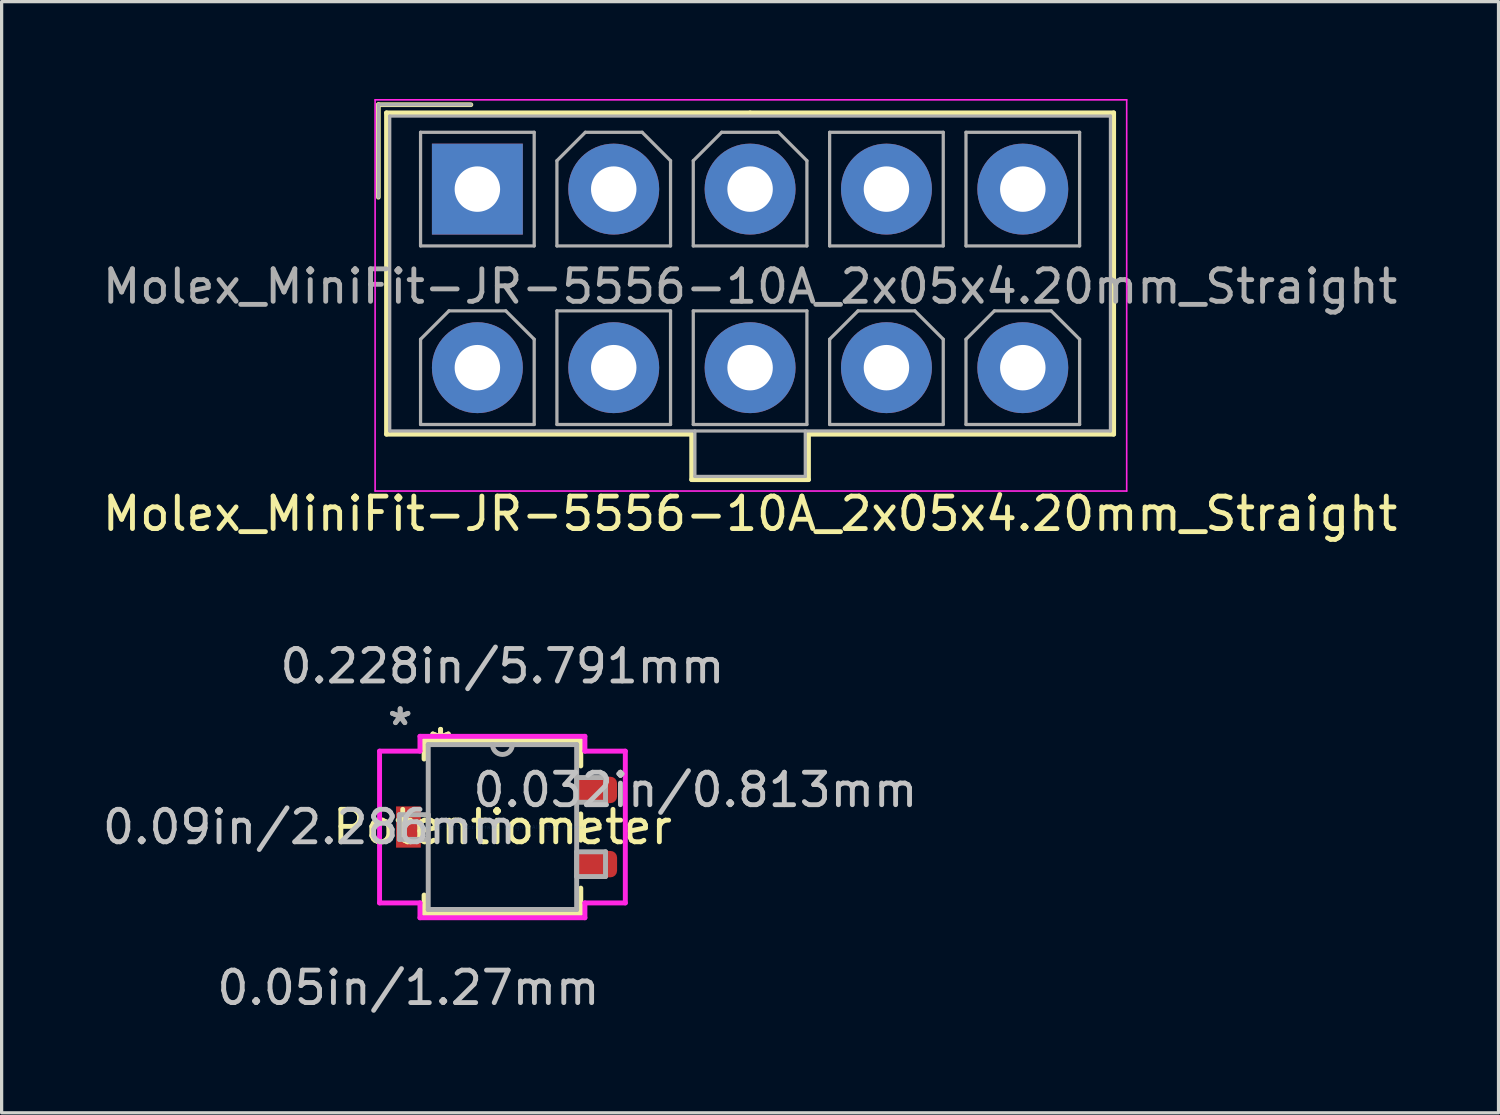
<source format=kicad_pcb>
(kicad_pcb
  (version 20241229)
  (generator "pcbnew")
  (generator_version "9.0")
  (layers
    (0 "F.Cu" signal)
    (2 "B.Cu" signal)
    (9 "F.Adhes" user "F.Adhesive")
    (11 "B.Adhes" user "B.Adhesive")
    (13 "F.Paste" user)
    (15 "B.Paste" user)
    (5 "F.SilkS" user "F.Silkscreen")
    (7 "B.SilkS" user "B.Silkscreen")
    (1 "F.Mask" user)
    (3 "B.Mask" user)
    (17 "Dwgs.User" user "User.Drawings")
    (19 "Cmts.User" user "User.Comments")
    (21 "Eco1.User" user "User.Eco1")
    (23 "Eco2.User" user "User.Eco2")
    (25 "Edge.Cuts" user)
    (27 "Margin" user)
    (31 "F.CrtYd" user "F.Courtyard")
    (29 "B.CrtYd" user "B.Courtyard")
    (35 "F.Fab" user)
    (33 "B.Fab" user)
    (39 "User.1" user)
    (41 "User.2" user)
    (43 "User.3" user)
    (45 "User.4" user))
  (footprint "Potentiometer"
    (layer "F.Cu")
    (at 12.426 22.424)
    (property "Reference" "Potentiometer" (at 0 0 0) (layer "F.SilkS") (effects (font (size 1 1) (thickness 0.15))))
    (attr through_hole)
    (fp_line (start -2.413 -2.667) (end -2.413 -2.095) (stroke (width 0.152) (type solid)) (layer "F.SilkS"))
    (fp_line (start -2.413 2.095) (end -2.413 2.667) (stroke (width 0.152) (type solid)) (layer "F.SilkS"))
    (fp_line (start -2.413 2.667) (end 2.413 2.667) (stroke (width 0.152) (type solid)) (layer "F.SilkS"))
    (fp_line (start 2.413 -2.667) (end -2.413 -2.667) (stroke (width 0.152) (type solid)) (layer "F.SilkS"))
    (fp_line (start 2.413 -1.882) (end 2.413 -2.667) (stroke (width 0.152) (type solid)) (layer "F.SilkS"))
    (fp_line (start 2.413 0.404) (end 2.413 -0.404) (stroke (width 0.152) (type solid)) (layer "F.SilkS"))
    (fp_line (start 2.413 2.667) (end 2.413 1.882) (stroke (width 0.152) (type solid)) (layer "F.SilkS"))
    (fp_line (start -3.785 -2.337) (end -2.54 -2.337) (stroke (width 0.152) (type solid)) (layer "F.CrtYd"))
    (fp_line (start -3.785 2.337) (end -3.785 -2.337) (stroke (width 0.152) (type solid)) (layer "F.CrtYd"))
    (fp_line (start -2.54 -2.794) (end 2.54 -2.794) (stroke (width 0.152) (type solid)) (layer "F.CrtYd"))
    (fp_line (start -2.54 -2.337) (end -2.54 -2.794) (stroke (width 0.152) (type solid)) (layer "F.CrtYd"))
    (fp_line (start -2.54 2.337) (end -3.785 2.337) (stroke (width 0.152) (type solid)) (layer "F.CrtYd"))
    (fp_line (start -2.54 2.794) (end -2.54 2.337) (stroke (width 0.152) (type solid)) (layer "F.CrtYd"))
    (fp_line (start 2.54 -2.794) (end 2.54 -2.337) (stroke (width 0.152) (type solid)) (layer "F.CrtYd"))
    (fp_line (start 2.54 -2.337) (end 3.785 -2.337) (stroke (width 0.152) (type solid)) (layer "F.CrtYd"))
    (fp_line (start 2.54 2.337) (end 2.54 2.794) (stroke (width 0.152) (type solid)) (layer "F.CrtYd"))
    (fp_line (start 2.54 2.794) (end -2.54 2.794) (stroke (width 0.152) (type solid)) (layer "F.CrtYd"))
    (fp_line (start 3.785 -2.337) (end 3.785 2.337) (stroke (width 0.152) (type solid)) (layer "F.CrtYd"))
    (fp_line (start 3.785 2.337) (end 2.54 2.337) (stroke (width 0.152) (type solid)) (layer "F.CrtYd"))
    (fp_line (start -3.175 -0.381) (end -3.175 0.381) (stroke (width 0.152) (type solid)) (layer "F.Fab"))
    (fp_line (start -3.175 0.381) (end -2.286 0.381) (stroke (width 0.152) (type solid)) (layer "F.Fab"))
    (fp_line (start -2.286 -2.54) (end -2.286 2.54) (stroke (width 0.152) (type solid)) (layer "F.Fab"))
    (fp_line (start -2.286 -0.381) (end -3.175 -0.381) (stroke (width 0.152) (type solid)) (layer "F.Fab"))
    (fp_line (start -2.286 0.381) (end -2.286 -0.381) (stroke (width 0.152) (type solid)) (layer "F.Fab"))
    (fp_line (start -2.286 2.54) (end 2.286 2.54) (stroke (width 0.152) (type solid)) (layer "F.Fab"))
    (fp_line (start 2.286 -2.54) (end -2.286 -2.54) (stroke (width 0.152) (type solid)) (layer "F.Fab"))
    (fp_line (start 2.286 -1.524) (end 2.286 -0.762) (stroke (width 0.152) (type solid)) (layer "F.Fab"))
    (fp_line (start 2.286 -0.762) (end 3.175 -0.762) (stroke (width 0.152) (type solid)) (layer "F.Fab"))
    (fp_line (start 2.286 0.762) (end 2.286 1.524) (stroke (width 0.152) (type solid)) (layer "F.Fab"))
    (fp_line (start 2.286 1.524) (end 3.175 1.524) (stroke (width 0.152) (type solid)) (layer "F.Fab"))
    (fp_line (start 2.286 2.54) (end 2.286 -2.54) (stroke (width 0.152) (type solid)) (layer "F.Fab"))
    (fp_line (start 3.175 -1.524) (end 2.286 -1.524) (stroke (width 0.152) (type solid)) (layer "F.Fab"))
    (fp_line (start 3.175 -0.762) (end 3.175 -1.524) (stroke (width 0.152) (type solid)) (layer "F.Fab"))
    (fp_line (start 3.175 0.762) (end 2.286 0.762) (stroke (width 0.152) (type solid)) (layer "F.Fab"))
    (fp_line (start 3.175 1.524) (end 3.175 0.762) (stroke (width 0.152) (type solid)) (layer "F.Fab"))
    (fp_arc (start 0.3048 -2.54) (mid 0 -2.2352) (end -0.3048 -2.54) (stroke (width 0.1524) (type solid)) (layer "F.Fab"))
    (fp_text user "*" (at -1.905 -2.464 0) (layer "F.SilkS") (effects (font (size 1 1) (thickness 0.15))))
    (fp_text user "*" (at -1.905 -2.464 0) (layer "F.SilkS") (effects (font (size 1 1) (thickness 0.15))))
    (fp_text user "0.09in/2.286mm" (at -5.944 0 0) (layer "Dwgs.User") (effects (font (size 1 1) (thickness 0.15))))
    (fp_text user "0.05in/1.27mm" (at -2.896 4.953 0) (layer "Dwgs.User") (effects (font (size 1 1) (thickness 0.15))))
    (fp_text user "0.032in/0.813mm" (at 5.944 -1.143 0) (layer "Dwgs.User") (effects (font (size 1 1) (thickness 0.15))))
    (fp_text user "0.228in/5.791mm" (at 0 -4.953 0) (layer "Dwgs.User") (effects (font (size 1 1) (thickness 0.15))))
    (fp_text user "Copyright 2016 Accelerated Designs. All rights reserved." (at 0 0 0) (layer "Cmts.User") (effects (font (size 0.127 0.127) (thickness 0.002))))
    (fp_text user "*" (at -3.15 -3.099 0) (layer "F.Fab") (effects (font (size 1 1) (thickness 0.15))))
    (fp_text user "*" (at -3.15 -3.099 0) (layer "F.Fab") (effects (font (size 1 1) (thickness 0.15))))
    (pad "1" smd roundrect (at 2.896 -1.143) (size 1.27 0.813) (layers "F.Cu" "F.Mask" "F.Paste") (roundrect_rratio 0.25))
    (pad "2" smd rect (at -2.896 0) (size 0.762 1.27) (layers "F.Cu" "F.Mask" "F.Paste"))
    (pad "3" smd roundrect (at 2.896 1.143) (size 1.27 0.813) (layers "F.Cu" "F.Mask" "F.Paste") (roundrect_rratio 0.25)))
  (footprint "Molex_MiniFit-JR-5556-10A_2x05x4.20mm_Straight"
    (layer "F.Cu")
    (at 11.654 2.775)
    (property "Reference" "Molex_MiniFit-JR-5556-10A_2x05x4.20mm_Straight" (at 8.4 10 0) (layer "F.SilkS") (effects (font (size 1 1) (thickness 0.15))))
    (attr through_hole)
    (fp_line (start -3.05 -2.6) (end -3.05 0.25) (stroke (width 0.145) (type solid)) (layer "F.SilkS"))
    (fp_line (start -2.8 -2.35) (end -2.8 7.55) (stroke (width 0.145) (type solid)) (layer "F.SilkS"))
    (fp_line (start -2.8 7.55) (end 6.6 7.55) (stroke (width 0.145) (type solid)) (layer "F.SilkS"))
    (fp_line (start -0.2 -2.6) (end -3.05 -2.6) (stroke (width 0.145) (type solid)) (layer "F.SilkS"))
    (fp_line (start 6.6 7.55) (end 6.6 8.95) (stroke (width 0.145) (type solid)) (layer "F.SilkS"))
    (fp_line (start 6.6 8.95) (end 8.4 8.95) (stroke (width 0.145) (type solid)) (layer "F.SilkS"))
    (fp_line (start 8.4 -2.35) (end -2.8 -2.35) (stroke (width 0.145) (type solid)) (layer "F.SilkS"))
    (fp_line (start 8.4 -2.35) (end 19.6 -2.35) (stroke (width 0.145) (type solid)) (layer "F.SilkS"))
    (fp_line (start 10.2 7.55) (end 10.2 8.95) (stroke (width 0.145) (type solid)) (layer "F.SilkS"))
    (fp_line (start 10.2 8.95) (end 8.4 8.95) (stroke (width 0.145) (type solid)) (layer "F.SilkS"))
    (fp_line (start 19.6 -2.35) (end 19.6 7.55) (stroke (width 0.145) (type solid)) (layer "F.SilkS"))
    (fp_line (start 19.6 7.55) (end 10.2 7.55) (stroke (width 0.145) (type solid)) (layer "F.SilkS"))
    (fp_line (start -3.15 -2.75) (end -3.15 9.3) (stroke (width 0.05) (type solid)) (layer "F.CrtYd"))
    (fp_line (start -3.15 9.3) (end 20 9.3) (stroke (width 0.05) (type solid)) (layer "F.CrtYd"))
    (fp_line (start 20 -2.75) (end -3.15 -2.75) (stroke (width 0.05) (type solid)) (layer "F.CrtYd"))
    (fp_line (start 20 9.3) (end 20 -2.75) (stroke (width 0.05) (type solid)) (layer "F.CrtYd"))
    (fp_line (start -3.05 -2.6) (end -3.05 0.25) (stroke (width 0.1) (type solid)) (layer "F.Fab"))
    (fp_line (start -2.7 -2.25) (end -2.7 7.45) (stroke (width 0.1) (type solid)) (layer "F.Fab"))
    (fp_line (start -2.7 7.45) (end 19.5 7.45) (stroke (width 0.1) (type solid)) (layer "F.Fab"))
    (fp_line (start -1.75 -1.75) (end -1.75 1.75) (stroke (width 0.1) (type solid)) (layer "F.Fab"))
    (fp_line (start -1.75 1.75) (end 1.75 1.75) (stroke (width 0.1) (type solid)) (layer "F.Fab"))
    (fp_line (start -1.75 4.625) (end -0.875 3.75) (stroke (width 0.1) (type solid)) (layer "F.Fab"))
    (fp_line (start -1.75 7.25) (end -1.75 4.625) (stroke (width 0.1) (type solid)) (layer "F.Fab"))
    (fp_line (start -0.875 3.75) (end 0.875 3.75) (stroke (width 0.1) (type solid)) (layer "F.Fab"))
    (fp_line (start -0.2 -2.6) (end -3.05 -2.6) (stroke (width 0.1) (type solid)) (layer "F.Fab"))
    (fp_line (start 0.875 3.75) (end 1.75 4.625) (stroke (width 0.1) (type solid)) (layer "F.Fab"))
    (fp_line (start 1.75 -1.75) (end -1.75 -1.75) (stroke (width 0.1) (type solid)) (layer "F.Fab"))
    (fp_line (start 1.75 1.75) (end 1.75 -1.75) (stroke (width 0.1) (type solid)) (layer "F.Fab"))
    (fp_line (start 1.75 4.625) (end 1.75 7.25) (stroke (width 0.1) (type solid)) (layer "F.Fab"))
    (fp_line (start 1.75 7.25) (end -1.75 7.25) (stroke (width 0.1) (type solid)) (layer "F.Fab"))
    (fp_line (start 2.45 -0.875) (end 3.325 -1.75) (stroke (width 0.1) (type solid)) (layer "F.Fab"))
    (fp_line (start 2.45 1.75) (end 2.45 -0.875) (stroke (width 0.1) (type solid)) (layer "F.Fab"))
    (fp_line (start 2.45 3.75) (end 2.45 7.25) (stroke (width 0.1) (type solid)) (layer "F.Fab"))
    (fp_line (start 2.45 7.25) (end 5.95 7.25) (stroke (width 0.1) (type solid)) (layer "F.Fab"))
    (fp_line (start 3.325 -1.75) (end 5.075 -1.75) (stroke (width 0.1) (type solid)) (layer "F.Fab"))
    (fp_line (start 5.075 -1.75) (end 5.95 -0.875) (stroke (width 0.1) (type solid)) (layer "F.Fab"))
    (fp_line (start 5.95 -0.875) (end 5.95 1.75) (stroke (width 0.1) (type solid)) (layer "F.Fab"))
    (fp_line (start 5.95 1.75) (end 2.45 1.75) (stroke (width 0.1) (type solid)) (layer "F.Fab"))
    (fp_line (start 5.95 3.75) (end 2.45 3.75) (stroke (width 0.1) (type solid)) (layer "F.Fab"))
    (fp_line (start 5.95 7.25) (end 5.95 3.75) (stroke (width 0.1) (type solid)) (layer "F.Fab"))
    (fp_line (start 6.65 -0.875) (end 7.525 -1.75) (stroke (width 0.1) (type solid)) (layer "F.Fab"))
    (fp_line (start 6.65 1.75) (end 6.65 -0.875) (stroke (width 0.1) (type solid)) (layer "F.Fab"))
    (fp_line (start 6.65 3.75) (end 6.65 7.25) (stroke (width 0.1) (type solid)) (layer "F.Fab"))
    (fp_line (start 6.65 7.25) (end 10.15 7.25) (stroke (width 0.1) (type solid)) (layer "F.Fab"))
    (fp_line (start 6.7 7.45) (end 6.7 8.85) (stroke (width 0.1) (type solid)) (layer "F.Fab"))
    (fp_line (start 6.7 8.85) (end 10.1 8.85) (stroke (width 0.1) (type solid)) (layer "F.Fab"))
    (fp_line (start 7.525 -1.75) (end 9.275 -1.75) (stroke (width 0.1) (type solid)) (layer "F.Fab"))
    (fp_line (start 9.275 -1.75) (end 10.15 -0.875) (stroke (width 0.1) (type solid)) (layer "F.Fab"))
    (fp_line (start 10.1 8.85) (end 10.1 7.45) (stroke (width 0.1) (type solid)) (layer "F.Fab"))
    (fp_line (start 10.15 -0.875) (end 10.15 1.75) (stroke (width 0.1) (type solid)) (layer "F.Fab"))
    (fp_line (start 10.15 1.75) (end 6.65 1.75) (stroke (width 0.1) (type solid)) (layer "F.Fab"))
    (fp_line (start 10.15 3.75) (end 6.65 3.75) (stroke (width 0.1) (type solid)) (layer "F.Fab"))
    (fp_line (start 10.15 7.25) (end 10.15 3.75) (stroke (width 0.1) (type solid)) (layer "F.Fab"))
    (fp_line (start 10.85 -1.75) (end 10.85 1.75) (stroke (width 0.1) (type solid)) (layer "F.Fab"))
    (fp_line (start 10.85 1.75) (end 14.35 1.75) (stroke (width 0.1) (type solid)) (layer "F.Fab"))
    (fp_line (start 10.85 4.625) (end 11.725 3.75) (stroke (width 0.1) (type solid)) (layer "F.Fab"))
    (fp_line (start 10.85 7.25) (end 10.85 4.625) (stroke (width 0.1) (type solid)) (layer "F.Fab"))
    (fp_line (start 11.725 3.75) (end 13.475 3.75) (stroke (width 0.1) (type solid)) (layer "F.Fab"))
    (fp_line (start 13.475 3.75) (end 14.35 4.625) (stroke (width 0.1) (type solid)) (layer "F.Fab"))
    (fp_line (start 14.35 -1.75) (end 10.85 -1.75) (stroke (width 0.1) (type solid)) (layer "F.Fab"))
    (fp_line (start 14.35 1.75) (end 14.35 -1.75) (stroke (width 0.1) (type solid)) (layer "F.Fab"))
    (fp_line (start 14.35 4.625) (end 14.35 7.25) (stroke (width 0.1) (type solid)) (layer "F.Fab"))
    (fp_line (start 14.35 7.25) (end 10.85 7.25) (stroke (width 0.1) (type solid)) (layer "F.Fab"))
    (fp_line (start 15.05 -1.75) (end 15.05 1.75) (stroke (width 0.1) (type solid)) (layer "F.Fab"))
    (fp_line (start 15.05 1.75) (end 18.55 1.75) (stroke (width 0.1) (type solid)) (layer "F.Fab"))
    (fp_line (start 15.05 4.625) (end 15.925 3.75) (stroke (width 0.1) (type solid)) (layer "F.Fab"))
    (fp_line (start 15.05 7.25) (end 15.05 4.625) (stroke (width 0.1) (type solid)) (layer "F.Fab"))
    (fp_line (start 15.925 3.75) (end 17.675 3.75) (stroke (width 0.1) (type solid)) (layer "F.Fab"))
    (fp_line (start 17.675 3.75) (end 18.55 4.625) (stroke (width 0.1) (type solid)) (layer "F.Fab"))
    (fp_line (start 18.55 -1.75) (end 15.05 -1.75) (stroke (width 0.1) (type solid)) (layer "F.Fab"))
    (fp_line (start 18.55 1.75) (end 18.55 -1.75) (stroke (width 0.1) (type solid)) (layer "F.Fab"))
    (fp_line (start 18.55 4.625) (end 18.55 7.25) (stroke (width 0.1) (type solid)) (layer "F.Fab"))
    (fp_line (start 18.55 7.25) (end 15.05 7.25) (stroke (width 0.1) (type solid)) (layer "F.Fab"))
    (fp_line (start 19.5 -2.25) (end -2.7 -2.25) (stroke (width 0.1) (type solid)) (layer "F.Fab"))
    (fp_line (start 19.5 7.45) (end 19.5 -2.25) (stroke (width 0.1) (type solid)) (layer "F.Fab"))
    (fp_text user "${REFERENCE}" (at 8.4 3 0) (layer "F.Fab") (effects (font (size 1 1) (thickness 0.15))))
    (pad "1" thru_hole rect (at 0 0) (size 2.8 2.8) (drill 1.4) (layers "*.Cu" "*.Mask"))
    (pad "2" thru_hole circle (at 4.2 0) (size 2.8 2.8) (drill 1.4) (layers "*.Cu" "*.Mask"))
    (pad "3" thru_hole circle (at 8.4 0) (size 2.8 2.8) (drill 1.4) (layers "*.Cu" "*.Mask"))
    (pad "4" thru_hole circle (at 12.6 0) (size 2.8 2.8) (drill 1.4) (layers "*.Cu" "*.Mask"))
    (pad "5" thru_hole circle (at 16.8 0) (size 2.8 2.8) (drill 1.4) (layers "*.Cu" "*.Mask"))
    (pad "6" thru_hole circle (at 0 5.5) (size 2.8 2.8) (drill 1.4) (layers "*.Cu" "*.Mask"))
    (pad "7" thru_hole circle (at 4.2 5.5) (size 2.8 2.8) (drill 1.4) (layers "*.Cu" "*.Mask"))
    (pad "8" thru_hole circle (at 8.4 5.5) (size 2.8 2.8) (drill 1.4) (layers "*.Cu" "*.Mask"))
    (pad "9" thru_hole circle (at 12.6 5.5) (size 2.8 2.8) (drill 1.4) (layers "*.Cu" "*.Mask"))
    (pad "10" thru_hole circle (at 16.8 5.5) (size 2.8 2.8) (drill 1.4) (layers "*.Cu" "*.Mask")))
  (gr_rect
    (start -3 -3)
    (end 43.107 31.226)
    (stroke (width 0.1) (type default))
    (fill no)
    (layer "Edge.Cuts")))
</source>
